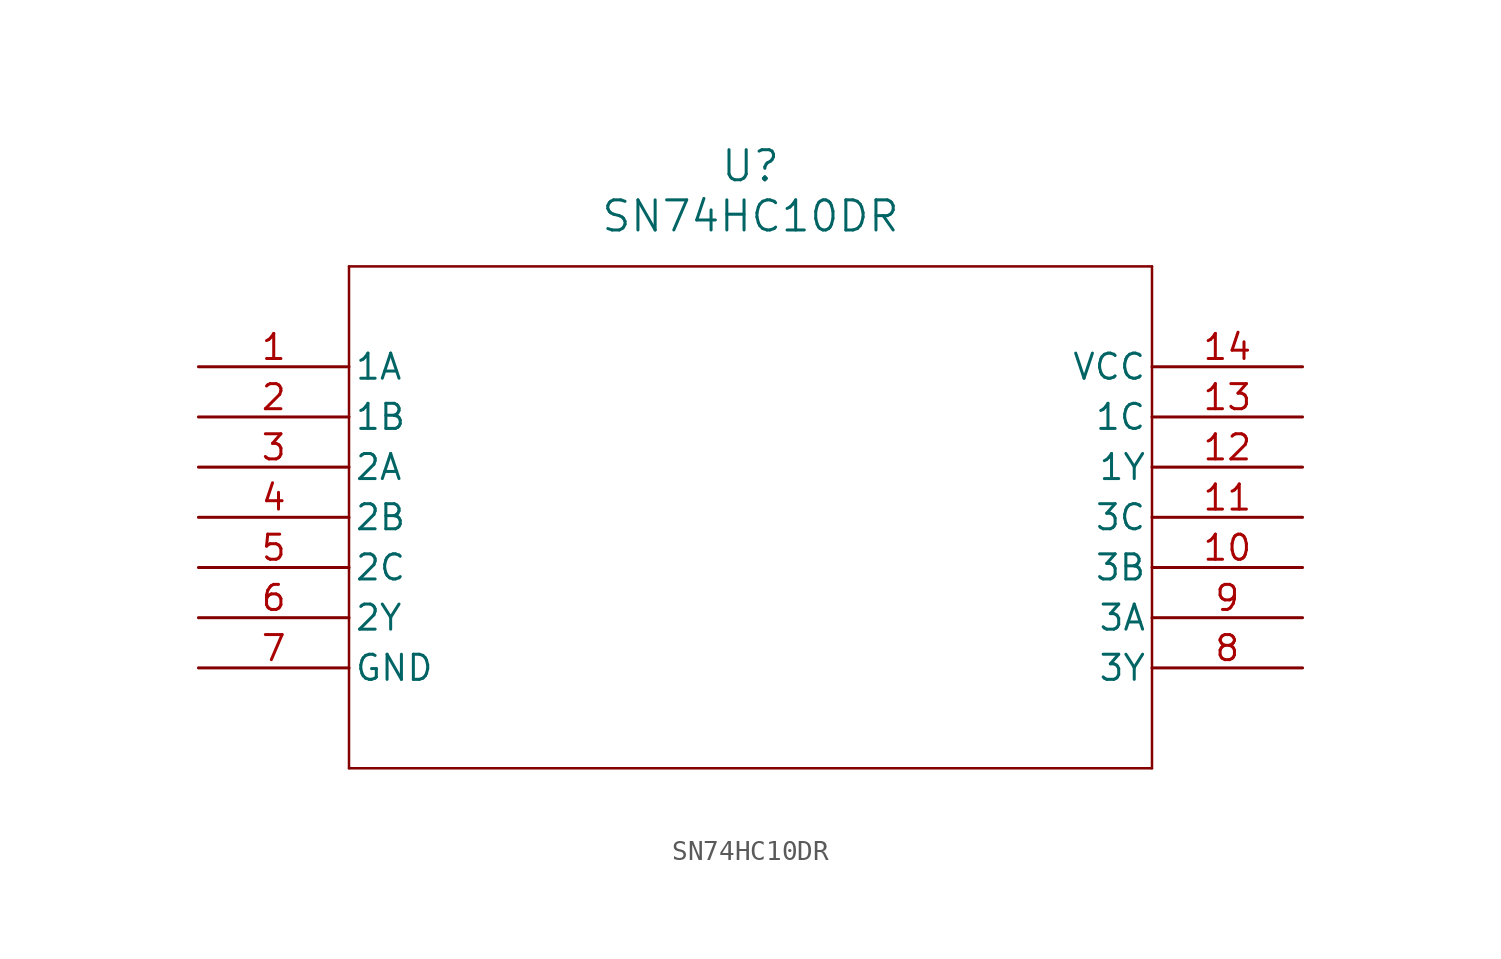
<source format=kicad_sym>
(kicad_symbol_lib
  (version 20211014)
  (generator kicad_symbol_editor)
  (symbol "SN74HC10DR"
    (pin_names
      (offset 0.254))
    (property "Reference" "U"
      (at 27.94 10.16 0)
      (effects (font (size 1.524 1.524))))
    (property "Value" "SN74HC10DR"
      (at 27.94 7.62 0)
      (effects (font (size 1.524 1.524))))
    (symbol "SN74HC10DR_0_1"
      (polyline (pts (xy 7.62 5.08) (xy 7.62 -20.32)) (stroke (width 0.127) (type default) (color 0 0 0 0)) (fill (type none)))
      (polyline (pts (xy 7.62 -20.32) (xy 48.26 -20.32)) (stroke (width 0.127) (type default) (color 0 0 0 0)) (fill (type none)))
      (polyline (pts (xy 48.26 -20.32) (xy 48.26 5.08)) (stroke (width 0.127) (type default) (color 0 0 0 0)) (fill (type none)))
      (polyline (pts (xy 48.26 5.08) (xy 7.62 5.08)) (stroke (width 0.127) (type default) (color 0 0 0 0)) (fill (type none)))
      (pin input line (at 0 0 0) (length 7.62) (name "1A" (effects (font (size 1.27 1.27)))) (number "1" (effects (font (size 1.27 1.27)))))
      (pin input line (at 0 -2.54 0) (length 7.62) (name "1B" (effects (font (size 1.27 1.27)))) (number "2" (effects (font (size 1.27 1.27)))))
      (pin input line (at 0 -5.08 0) (length 7.62) (name "2A" (effects (font (size 1.27 1.27)))) (number "3" (effects (font (size 1.27 1.27)))))
      (pin input line (at 0 -7.62 0) (length 7.62) (name "2B" (effects (font (size 1.27 1.27)))) (number "4" (effects (font (size 1.27 1.27)))))
      (pin input line (at 0 -10.16 0) (length 7.62) (name "2C" (effects (font (size 1.27 1.27)))) (number "5" (effects (font (size 1.27 1.27)))))
      (pin output line (at 0 -12.7 0) (length 7.62) (name "2Y" (effects (font (size 1.27 1.27)))) (number "6" (effects (font (size 1.27 1.27)))))
      (pin power_in line (at 0 -15.24 0) (length 7.62) (name "GND" (effects (font (size 1.27 1.27)))) (number "7" (effects (font (size 1.27 1.27)))))
      (pin output line (at 55.88 -15.24 180) (length 7.62) (name "3Y" (effects (font (size 1.27 1.27)))) (number "8" (effects (font (size 1.27 1.27)))))
      (pin input line (at 55.88 -12.7 180) (length 7.62) (name "3A" (effects (font (size 1.27 1.27)))) (number "9" (effects (font (size 1.27 1.27)))))
      (pin input line (at 55.88 -10.16 180) (length 7.62) (name "3B" (effects (font (size 1.27 1.27)))) (number "10" (effects (font (size 1.27 1.27)))))
      (pin input line (at 55.88 -7.62 180) (length 7.62) (name "3C" (effects (font (size 1.27 1.27)))) (number "11" (effects (font (size 1.27 1.27)))))
      (pin output line (at 55.88 -5.08 180) (length 7.62) (name "1Y" (effects (font (size 1.27 1.27)))) (number "12" (effects (font (size 1.27 1.27)))))
      (pin input line (at 55.88 -2.54 180) (length 7.62) (name "1C" (effects (font (size 1.27 1.27)))) (number "13" (effects (font (size 1.27 1.27)))))
      (pin power_in line (at 55.88 0 180) (length 7.62) (name "VCC" (effects (font (size 1.27 1.27)))) (number "14" (effects (font (size 1.27 1.27))))))))
</source>
